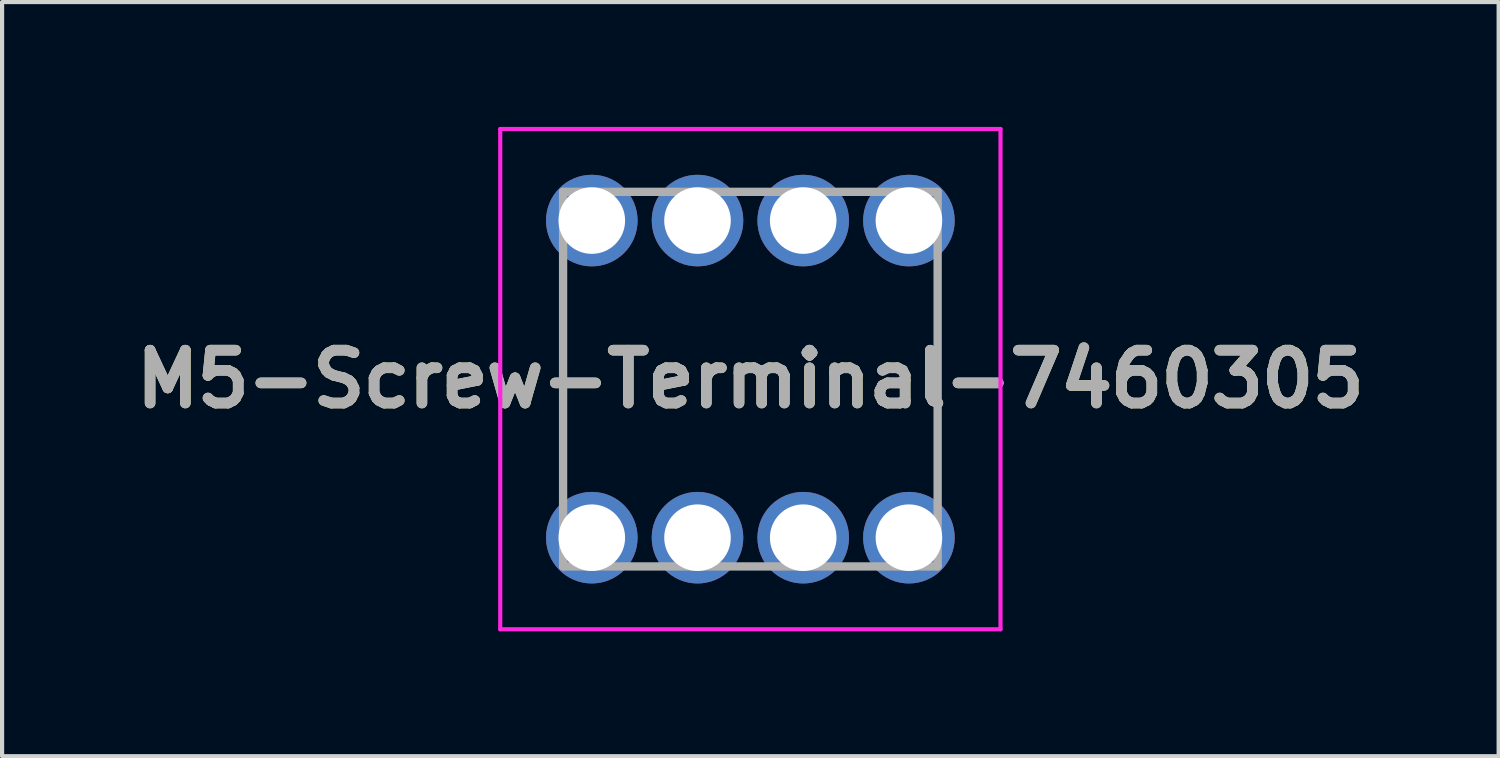
<source format=kicad_pcb>
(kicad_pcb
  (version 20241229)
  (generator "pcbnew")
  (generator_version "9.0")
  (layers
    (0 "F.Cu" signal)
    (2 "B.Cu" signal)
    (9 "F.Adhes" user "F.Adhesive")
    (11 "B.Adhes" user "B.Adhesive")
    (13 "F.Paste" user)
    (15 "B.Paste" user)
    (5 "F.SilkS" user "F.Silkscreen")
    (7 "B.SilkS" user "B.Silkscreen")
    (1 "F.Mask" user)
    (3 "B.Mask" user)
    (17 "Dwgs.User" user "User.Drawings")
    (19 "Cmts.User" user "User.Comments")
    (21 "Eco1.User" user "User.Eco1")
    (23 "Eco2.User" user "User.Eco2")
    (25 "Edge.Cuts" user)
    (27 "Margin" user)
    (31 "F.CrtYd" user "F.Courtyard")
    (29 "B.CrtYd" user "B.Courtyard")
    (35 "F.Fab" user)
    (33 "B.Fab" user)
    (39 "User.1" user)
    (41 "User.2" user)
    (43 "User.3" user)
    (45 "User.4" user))
  (footprint "M5-Screw-Terminal-7460305"
    (layer "F.Cu")
    (at 14.98 6.06)
    (property "Reference" "M5-Screw-Terminal-7460305" (at 0 0 0) (layer "F.SilkS") (effects (font (size 1.27 1.27) (thickness 0.254))))
    (attr through_hole)
    (fp_line (start -4.5 2.5) (end -4.5 -2.5) (stroke (width 0.1) (type solid)) (layer "F.SilkS"))
    (fp_line (start 4.5 -2.5) (end 4.5 2.5) (stroke (width 0.1) (type solid)) (layer "F.SilkS"))
    (fp_line (start -6.01 -6.01) (end 6.01 -6.01) (stroke (width 0.1) (type solid)) (layer "F.CrtYd"))
    (fp_line (start -6.01 6.01) (end -6.01 -6.01) (stroke (width 0.1) (type solid)) (layer "F.CrtYd"))
    (fp_line (start 6.01 -6.01) (end 6.01 6.01) (stroke (width 0.1) (type solid)) (layer "F.CrtYd"))
    (fp_line (start 6.01 6.01) (end -6.01 6.01) (stroke (width 0.1) (type solid)) (layer "F.CrtYd"))
    (fp_line (start -4.5 -4.5) (end 4.5 -4.5) (stroke (width 0.2) (type solid)) (layer "F.Fab"))
    (fp_line (start -4.5 4.5) (end -4.5 -4.5) (stroke (width 0.2) (type solid)) (layer "F.Fab"))
    (fp_line (start 4.5 -4.5) (end 4.5 4.5) (stroke (width 0.2) (type solid)) (layer "F.Fab"))
    (fp_line (start 4.5 4.5) (end -4.5 4.5) (stroke (width 0.2) (type solid)) (layer "F.Fab"))
    (fp_text user "${REFERENCE}" (at 0 0 0) (layer "F.Fab") (effects (font (size 1.27 1.27) (thickness 0.254))))
    (pad "1" thru_hole circle (at -3.81 3.81) (size 2.2 2.2) (drill 1.6) (layers "*.Cu" "*.Mask"))
    (pad "2" thru_hole circle (at -1.27 3.81) (size 2.2 2.2) (drill 1.6) (layers "*.Cu" "*.Mask"))
    (pad "3" thru_hole circle (at 1.27 3.81) (size 2.2 2.2) (drill 1.6) (layers "*.Cu" "*.Mask"))
    (pad "4" thru_hole circle (at 3.81 3.81) (size 2.2 2.2) (drill 1.6) (layers "*.Cu" "*.Mask"))
    (pad "5" thru_hole circle (at 3.81 -3.81) (size 2.2 2.2) (drill 1.6) (layers "*.Cu" "*.Mask"))
    (pad "6" thru_hole circle (at 1.27 -3.81) (size 2.2 2.2) (drill 1.6) (layers "*.Cu" "*.Mask"))
    (pad "7" thru_hole circle (at -1.27 -3.81) (size 2.2 2.2) (drill 1.6) (layers "*.Cu" "*.Mask"))
    (pad "8" thru_hole circle (at -3.81 -3.81) (size 2.2 2.2) (drill 1.6) (layers "*.Cu" "*.Mask")))
  (gr_rect
    (start -3 -3)
    (end 32.96 15.12)
    (stroke (width 0.1) (type default))
    (fill no)
    (layer "Edge.Cuts")))
</source>
